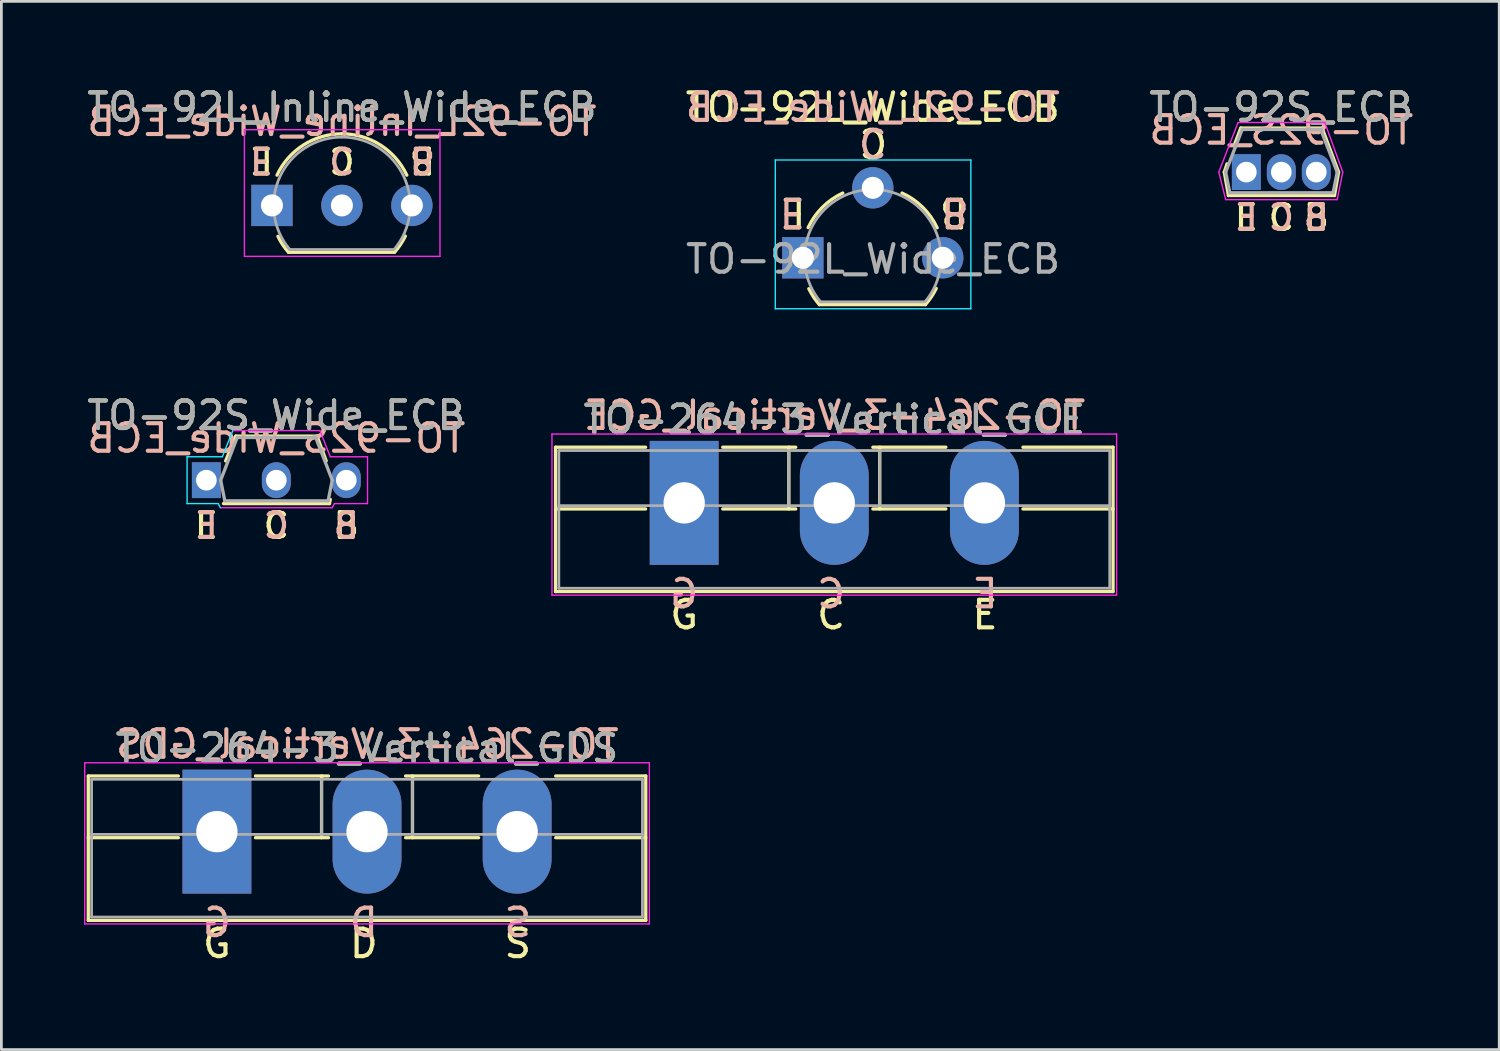
<source format=kicad_pcb>
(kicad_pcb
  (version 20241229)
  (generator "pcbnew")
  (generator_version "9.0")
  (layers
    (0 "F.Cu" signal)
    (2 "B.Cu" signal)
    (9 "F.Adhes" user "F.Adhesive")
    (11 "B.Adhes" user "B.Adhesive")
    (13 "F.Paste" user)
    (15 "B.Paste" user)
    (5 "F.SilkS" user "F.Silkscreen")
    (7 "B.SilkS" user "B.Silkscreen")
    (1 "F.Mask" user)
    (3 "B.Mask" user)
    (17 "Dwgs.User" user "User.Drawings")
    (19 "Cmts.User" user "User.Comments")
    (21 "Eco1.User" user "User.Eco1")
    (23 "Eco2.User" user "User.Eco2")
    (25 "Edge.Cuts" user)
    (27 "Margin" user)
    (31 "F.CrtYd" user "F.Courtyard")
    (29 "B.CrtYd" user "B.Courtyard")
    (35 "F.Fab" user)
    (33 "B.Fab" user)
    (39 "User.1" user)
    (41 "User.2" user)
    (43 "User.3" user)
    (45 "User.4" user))
  (footprint "TO-92S_Wide_ECB"
    (layer "F.Cu")
    (at 4.442 14.383)
    (property "Reference" "TO-92S_Wide_ECB" (at 2.54 -2.35 0) (layer "F.SilkS") (effects (font (size 1 1) (thickness 0.15))))
    (fp_line (start 0.62 0.85) (end 4.47 0.85) (stroke (width 0.12) (type solid)) (layer "F.SilkS"))
    (fp_line (start 1.07 -1.6) (end 0.7 -0.7) (stroke (width 0.12) (type solid)) (layer "F.SilkS"))
    (fp_line (start 4.02 -1.6) (end 1.07 -1.6) (stroke (width 0.12) (type solid)) (layer "F.SilkS"))
    (fp_line (start 4.35 -0.7) (end 4.02 -1.6) (stroke (width 0.12) (type solid)) (layer "F.SilkS"))
    (fp_line (start 4.47 0.85) (end 4.5 0.7) (stroke (width 0.12) (type solid)) (layer "F.SilkS"))
    (fp_line (start -0.7 -0.85) (end -0.7 0.85) (stroke (width 0.05) (type solid)) (layer "B.CrtYd"))
    (fp_line (start -0.7 0.85) (end 0.43 0.85) (stroke (width 0.05) (type solid)) (layer "B.CrtYd"))
    (fp_line (start 0.51 1) (end 0.43 0.85) (stroke (width 0.05) (type solid)) (layer "B.CrtYd"))
    (fp_line (start 0.58 -0.85) (end -0.7 -0.85) (stroke (width 0.05) (type solid)) (layer "B.CrtYd"))
    (fp_line (start 0.58 -0.85) (end 0.96 -1.8) (stroke (width 0.05) (type solid)) (layer "B.CrtYd"))
    (fp_line (start 0.52 1) (end 4.57 1) (stroke (width 0.05) (type solid)) (layer "F.CrtYd"))
    (fp_line (start 4.12 -1.8) (end 0.97 -1.8) (stroke (width 0.05) (type solid)) (layer "F.CrtYd"))
    (fp_line (start 4.5 -0.85) (end 4.12 -1.8) (stroke (width 0.05) (type solid)) (layer "F.CrtYd"))
    (fp_line (start 4.5 -0.85) (end 5.85 -0.85) (stroke (width 0.05) (type solid)) (layer "F.CrtYd"))
    (fp_line (start 4.57 1) (end 4.65 0.85) (stroke (width 0.05) (type solid)) (layer "F.CrtYd"))
    (fp_line (start 5.85 -0.85) (end 5.85 0.85) (stroke (width 0.05) (type solid)) (layer "F.CrtYd"))
    (fp_line (start 5.85 0.85) (end 4.65 0.85) (stroke (width 0.05) (type solid)) (layer "F.CrtYd"))
    (fp_line (start 0.52 0) (end 1.12 -1.55) (stroke (width 0.12) (type solid)) (layer "F.Fab"))
    (fp_line (start 0.67 0.75) (end 0.52 0) (stroke (width 0.12) (type solid)) (layer "F.Fab"))
    (fp_line (start 0.67 0.75) (end 4.42 0.75) (stroke (width 0.12) (type solid)) (layer "F.Fab"))
    (fp_line (start 1.12 -1.55) (end 3.97 -1.55) (stroke (width 0.12) (type solid)) (layer "F.Fab"))
    (fp_line (start 4.42 0.75) (end 4.57 0) (stroke (width 0.12) (type solid)) (layer "F.Fab"))
    (fp_line (start 4.57 0) (end 3.97 -1.55) (stroke (width 0.12) (type solid)) (layer "F.Fab"))
    (fp_text user "C" (at 2.54 1.651 0) (unlocked yes) (layer "F.SilkS") (effects (font (size 0.9 0.9) (thickness 0.15))))
    (fp_text user "E" (at 0 1.651 0) (unlocked yes) (layer "F.SilkS") (effects (font (size 0.9 0.9) (thickness 0.15))))
    (fp_text user "B" (at 5.08 1.651 0) (unlocked yes) (layer "F.SilkS") (effects (font (size 0.9 0.9) (thickness 0.15))))
    (fp_text user "C" (at 2.54 1.651 0) (unlocked yes) (layer "B.SilkS") (effects (font (size 0.9 0.9) (thickness 0.15)) (justify mirror)))
    (fp_text user "B" (at 5.08 1.651 0) (unlocked yes) (layer "B.SilkS") (effects (font (size 0.9 0.9) (thickness 0.15)) (justify mirror)))
    (fp_text user "E" (at 0 1.651 0) (unlocked yes) (layer "B.SilkS") (effects (font (size 0.9 0.9) (thickness 0.15)) (justify mirror)))
    (fp_text user "${REFERENCE}" (at 2.54 -1.524 0) (layer "B.SilkS") (effects (font (size 1 1) (thickness 0.15)) (justify mirror)))
    (fp_text user "${REFERENCE}" (at 2.54 -2.35 0) (layer "F.Fab") (effects (font (size 1 1) (thickness 0.15))))
    (pad "1" thru_hole rect (at 0 0 180) (size 1.05 1.3) (drill 0.75) (layers "*.Cu" "*.Mask"))
    (pad "2" thru_hole oval (at 2.54 0 180) (size 1.05 1.3) (drill 0.75) (layers "*.Cu" "*.Mask"))
    (pad "3" thru_hole oval (at 5.08 0 180) (size 1.05 1.3) (drill 0.75) (layers "*.Cu" "*.Mask")))
  (footprint "TO-264-3_Vertical_GCE"
    (layer "F.Cu")
    (at 21.789 15.207)
    (property "Reference" "TO-264-3_Vertical_GCE" (at 5.45 -3.02 0) (layer "F.SilkS") (effects (font (size 1 1) (thickness 0.15))))
    (fp_line (start -4.67 -2.021) (end -4.67 3.22) (stroke (width 0.12) (type solid)) (layer "F.SilkS"))
    (fp_line (start -4.67 -2.021) (end -1.4 -2.021) (stroke (width 0.12) (type solid)) (layer "F.SilkS"))
    (fp_line (start -4.67 0.22) (end -1.4 0.22) (stroke (width 0.12) (type solid)) (layer "F.SilkS"))
    (fp_line (start -4.67 3.22) (end 15.57 3.22) (stroke (width 0.12) (type solid)) (layer "F.SilkS"))
    (fp_line (start 1.4 -2.021) (end 4.051 -2.021) (stroke (width 0.12) (type solid)) (layer "F.SilkS"))
    (fp_line (start 1.4 0.22) (end 4.051 0.22) (stroke (width 0.12) (type solid)) (layer "F.SilkS"))
    (fp_line (start 3.8 -2.021) (end 3.8 0.22) (stroke (width 0.12) (type solid)) (layer "F.SilkS"))
    (fp_line (start 6.85 -2.021) (end 9.5 -2.021) (stroke (width 0.12) (type solid)) (layer "F.SilkS"))
    (fp_line (start 6.85 0.22) (end 9.5 0.22) (stroke (width 0.12) (type solid)) (layer "F.SilkS"))
    (fp_line (start 7.1 -2.021) (end 7.1 0.22) (stroke (width 0.12) (type solid)) (layer "F.SilkS"))
    (fp_line (start 12.3 -2.021) (end 15.57 -2.021) (stroke (width 0.12) (type solid)) (layer "F.SilkS"))
    (fp_line (start 12.3 0.22) (end 15.57 0.22) (stroke (width 0.12) (type solid)) (layer "F.SilkS"))
    (fp_line (start 15.57 -2.021) (end 15.57 3.22) (stroke (width 0.12) (type solid)) (layer "F.SilkS"))
    (fp_line (start -4.8 -2.5) (end -4.8 3.35) (stroke (width 0.05) (type solid)) (layer "F.CrtYd"))
    (fp_line (start -4.8 3.35) (end 15.7 3.35) (stroke (width 0.05) (type solid)) (layer "F.CrtYd"))
    (fp_line (start 15.7 -2.5) (end -4.8 -2.5) (stroke (width 0.05) (type solid)) (layer "F.CrtYd"))
    (fp_line (start 15.7 3.35) (end 15.7 -2.5) (stroke (width 0.05) (type solid)) (layer "F.CrtYd"))
    (fp_line (start -4.55 -1.9) (end -4.55 3.1) (stroke (width 0.1) (type solid)) (layer "F.Fab"))
    (fp_line (start -4.55 0.1) (end 15.45 0.1) (stroke (width 0.1) (type solid)) (layer "F.Fab"))
    (fp_line (start -4.55 3.1) (end 15.45 3.1) (stroke (width 0.1) (type solid)) (layer "F.Fab"))
    (fp_line (start 3.8 -1.9) (end 3.8 0.1) (stroke (width 0.1) (type solid)) (layer "F.Fab"))
    (fp_line (start 7.1 -1.9) (end 7.1 0.1) (stroke (width 0.1) (type solid)) (layer "F.Fab"))
    (fp_line (start 15.45 -1.9) (end -4.55 -1.9) (stroke (width 0.1) (type solid)) (layer "F.Fab"))
    (fp_line (start 15.45 3.1) (end 15.45 -1.9) (stroke (width 0.1) (type solid)) (layer "F.Fab"))
    (fp_text user "E" (at 10.922 4.064 0) (unlocked yes) (layer "F.SilkS") (effects (font (size 1 1) (thickness 0.15))))
    (fp_text user "G" (at 0 4.064 0) (unlocked yes) (layer "F.SilkS") (effects (font (size 1 1) (thickness 0.15))))
    (fp_text user "C" (at 5.334 4.064 0) (unlocked yes) (layer "F.SilkS") (effects (font (size 1 1) (thickness 0.15))))
    (fp_text user "G" (at 0 3.302 0) (unlocked yes) (layer "B.SilkS") (effects (font (size 1 1) (thickness 0.15)) (justify mirror)))
    (fp_text user "${REFERENCE}" (at 5.461 -3.175 0) (layer "B.SilkS") (effects (font (size 1 1) (thickness 0.15)) (justify mirror)))
    (fp_text user "C" (at 5.334 3.302 0) (unlocked yes) (layer "B.SilkS") (effects (font (size 1 1) (thickness 0.15)) (justify mirror)))
    (fp_text user "E" (at 10.922 3.302 0) (unlocked yes) (layer "B.SilkS") (effects (font (size 1 1) (thickness 0.15)) (justify mirror)))
    (fp_text user "${REFERENCE}" (at 5.45 -3.02 0) (layer "F.Fab") (effects (font (size 1 1) (thickness 0.15))))
    (pad "1" thru_hole rect (at 0 0) (size 2.5 4.5) (drill 1.5) (layers "*.Cu" "*.Mask"))
    (pad "2" thru_hole oval (at 5.45 0) (size 2.5 4.5) (drill 1.5) (layers "*.Cu" "*.Mask"))
    (pad "3" thru_hole oval (at 10.9 0) (size 2.5 4.5) (drill 1.5) (layers "*.Cu" "*.Mask")))
  (footprint "TO-92S_ECB"
    (layer "F.Cu")
    (at 42.198 3.198)
    (property "Reference" "TO-92S_ECB" (at 1.27 -2.35 0) (layer "F.SilkS") (effects (font (size 1 1) (thickness 0.15))))
    (fp_line (start -0.8 0) (end -0.65 0.85) (stroke (width 0.12) (type solid)) (layer "F.SilkS"))
    (fp_line (start -0.7 -0.3) (end -0.8 0) (stroke (width 0.12) (type solid)) (layer "F.SilkS"))
    (fp_line (start -0.65 0.85) (end 3.2 0.85) (stroke (width 0.12) (type solid)) (layer "F.SilkS"))
    (fp_line (start -0.2 -1.6) (end -0.45 -0.95) (stroke (width 0.12) (type solid)) (layer "F.SilkS"))
    (fp_line (start 2.75 -1.6) (end -0.2 -1.6) (stroke (width 0.12) (type solid)) (layer "F.SilkS"))
    (fp_line (start 3.2 0.85) (end 3.35 0) (stroke (width 0.12) (type solid)) (layer "F.SilkS"))
    (fp_line (start 3.35 0) (end 2.75 -1.6) (stroke (width 0.12) (type solid)) (layer "F.SilkS"))
    (fp_line (start -1 0) (end -0.75 1) (stroke (width 0.05) (type solid)) (layer "F.CrtYd"))
    (fp_line (start -0.75 1) (end 3.3 1) (stroke (width 0.05) (type solid)) (layer "F.CrtYd"))
    (fp_line (start -0.3 -1.8) (end -1 0) (stroke (width 0.05) (type solid)) (layer "F.CrtYd"))
    (fp_line (start 2.85 -1.8) (end -0.3 -1.8) (stroke (width 0.05) (type solid)) (layer "F.CrtYd"))
    (fp_line (start 3.3 1) (end 3.5 0) (stroke (width 0.05) (type solid)) (layer "F.CrtYd"))
    (fp_line (start 3.5 0) (end 2.85 -1.8) (stroke (width 0.05) (type solid)) (layer "F.CrtYd"))
    (fp_line (start -0.75 0) (end -0.15 -1.55) (stroke (width 0.12) (type solid)) (layer "F.Fab"))
    (fp_line (start -0.6 0.75) (end -0.75 0) (stroke (width 0.12) (type solid)) (layer "F.Fab"))
    (fp_line (start -0.6 0.75) (end 3.15 0.75) (stroke (width 0.12) (type solid)) (layer "F.Fab"))
    (fp_line (start -0.15 -1.55) (end 2.7 -1.55) (stroke (width 0.12) (type solid)) (layer "F.Fab"))
    (fp_line (start 3.15 0.75) (end 3.3 0) (stroke (width 0.12) (type solid)) (layer "F.Fab"))
    (fp_line (start 3.3 0) (end 2.7 -1.55) (stroke (width 0.12) (type solid)) (layer "F.Fab"))
    (fp_text user "C" (at 1.27 1.651 0) (unlocked yes) (layer "F.SilkS") (effects (font (size 0.9 0.9) (thickness 0.15))))
    (fp_text user "E" (at 0 1.651 0) (unlocked yes) (layer "F.SilkS") (effects (font (size 0.9 0.9) (thickness 0.15))))
    (fp_text user "B" (at 2.54 1.651 0) (unlocked yes) (layer "F.SilkS") (effects (font (size 0.9 0.9) (thickness 0.15))))
    (fp_text user "B" (at 2.54 1.651 0) (unlocked yes) (layer "B.SilkS") (effects (font (size 0.9 0.9) (thickness 0.15)) (justify mirror)))
    (fp_text user "C" (at 1.27 1.651 0) (unlocked yes) (layer "B.SilkS") (effects (font (size 0.9 0.9) (thickness 0.15)) (justify mirror)))
    (fp_text user "E" (at 0 1.651 0) (unlocked yes) (layer "B.SilkS") (effects (font (size 0.9 0.9) (thickness 0.15)) (justify mirror)))
    (fp_text user "${REFERENCE}" (at 1.27 -1.524 0) (layer "B.SilkS") (effects (font (size 1 1) (thickness 0.15)) (justify mirror)))
    (fp_text user "${REFERENCE}" (at 1.27 -2.35 0) (layer "F.Fab") (effects (font (size 1 1) (thickness 0.15))))
    (pad "1" thru_hole rect (at 0 0 180) (size 1.05 1.3) (drill 0.75) (layers "*.Cu" "*.Mask"))
    (pad "2" thru_hole oval (at 1.27 0 180) (size 1.05 1.3) (drill 0.75) (layers "*.Cu" "*.Mask"))
    (pad "3" thru_hole oval (at 2.54 0 180) (size 1.05 1.3) (drill 0.75) (layers "*.Cu" "*.Mask")))
  (footprint "TO-92L_Wide_ECB"
    (layer "F.Cu")
    (at 26.097 6.309)
    (property "Reference" "TO-92L_Wide_ECB" (at 2.54 -5.461 0) (layer "F.SilkS") (effects (font (size 1 1) (thickness 0.15))))
    (fp_line (start 0.6 1.7) (end 4.45 1.7) (stroke (width 0.12) (type solid)) (layer "F.SilkS"))
    (fp_arc (start 0.192226 -1.094786) (mid 0.710119 -1.833613) (end 1.45 -2.35) (stroke (width 0.12) (type solid)) (layer "F.SilkS"))
    (fp_arc (start 0.6 1.7) (mid 0.389183 1.423933) (end 0.217369 1.122045) (stroke (width 0.12) (type solid)) (layer "F.SilkS"))
    (fp_arc (start 3.6 -2.35) (mid 4.351408 -1.834367) (end 4.876463 -1.089513) (stroke (width 0.12) (type solid)) (layer "F.SilkS"))
    (fp_arc (start 4.842383 1.112264) (mid 4.666594 1.419753) (end 4.45 1.7) (stroke (width 0.12) (type solid)) (layer "F.SilkS"))
    (fp_line (start -1 -3.55) (end -1 1.85) (stroke (width 0.05) (type solid)) (layer "B.CrtYd"))
    (fp_line (start -1 1.85) (end 6.1 1.85) (stroke (width 0.05) (type solid)) (layer "B.CrtYd"))
    (fp_line (start 6.1 -3.55) (end -1 -3.55) (stroke (width 0.05) (type solid)) (layer "B.CrtYd"))
    (fp_line (start 6.1 1.85) (end 6.1 -3.55) (stroke (width 0.05) (type solid)) (layer "B.CrtYd"))
    (fp_line (start 0.65 1.6) (end 4.4 1.6) (stroke (width 0.1) (type solid)) (layer "F.Fab"))
    (fp_arc (start 0.647182 1.602385) (mid 0.290076 -1.043188) (end 2.54 -2.48) (stroke (width 0.1) (type solid)) (layer "F.Fab"))
    (fp_arc (start 2.54 -2.48) (mid 4.787211 -1.049019) (end 4.441103 1.592547) (stroke (width 0.1) (type solid)) (layer "F.Fab"))
    (fp_text user "E" (at -0.362 -1.651 180) (unlocked yes) (layer "F.SilkS") (effects (font (size 1 1) (thickness 0.15))))
    (fp_text user "B" (at 5.48 -1.651 180) (unlocked yes) (layer "F.SilkS") (effects (font (size 1 1) (thickness 0.15))))
    (fp_text user "C" (at 2.559 -4.191 180) (unlocked yes) (layer "F.SilkS") (effects (font (size 1 1) (thickness 0.15))))
    (fp_text user "E" (at -0.381 -1.651 180) (unlocked yes) (layer "B.SilkS") (effects (font (size 1 1) (thickness 0.15)) (justify mirror)))
    (fp_text user "${REFERENCE}" (at 2.54 -5.461 0) (layer "B.SilkS") (effects (font (size 1 1) (thickness 0.15)) (justify mirror)))
    (fp_text user "B" (at 5.524 -1.651 180) (unlocked yes) (layer "B.SilkS") (effects (font (size 1 1) (thickness 0.15)) (justify mirror)))
    (fp_text user "C" (at 2.54 -4.191 180) (unlocked yes) (layer "B.SilkS") (effects (font (size 1 1) (thickness 0.15)) (justify mirror)))
    (fp_text user "${REFERENCE}" (at 2.55 0.05 0) (layer "F.Fab") (effects (font (size 1 1) (thickness 0.15))))
    (pad "1" thru_hole rect (at 0 0 90) (size 1.5 1.5) (drill 0.8) (layers "*.Cu" "*.Mask"))
    (pad "2" thru_hole circle (at 2.54 -2.54 90) (size 1.5 1.5) (drill 0.8) (layers "*.Cu" "*.Mask"))
    (pad "3" thru_hole circle (at 5.08 0 90) (size 1.5 1.5) (drill 0.8) (layers "*.Cu" "*.Mask")))
  (footprint "TO-92L_Inline_Wide_ECB"
    (layer "F.Cu")
    (at 6.823 4.408)
    (property "Reference" "TO-92L_Inline_Wide_ECB" (at 2.54 -3.56 0) (layer "F.SilkS") (effects (font (size 1 1) (thickness 0.15))))
    (fp_line (start 0.6 1.7) (end 4.45 1.7) (stroke (width 0.12) (type solid)) (layer "F.SilkS"))
    (fp_arc (start 0.1836 -1.098807) (mid 1.143021 -2.192817) (end 2.54 -2.6) (stroke (width 0.12) (type solid)) (layer "F.SilkS"))
    (fp_arc (start 0.6 1.7) (mid 0.389183 1.423933) (end 0.217369 1.122045) (stroke (width 0.12) (type solid)) (layer "F.SilkS"))
    (fp_arc (start 2.54 -2.6) (mid 3.936979 -2.192818) (end 4.8964 -1.098807) (stroke (width 0.12) (type solid)) (layer "F.SilkS"))
    (fp_arc (start 4.842383 1.112264) (mid 4.666594 1.419753) (end 4.45 1.7) (stroke (width 0.12) (type solid)) (layer "F.SilkS"))
    (fp_line (start -1 -2.75) (end -1 1.85) (stroke (width 0.05) (type solid)) (layer "F.CrtYd"))
    (fp_line (start -1 -2.75) (end 6.1 -2.75) (stroke (width 0.05) (type solid)) (layer "F.CrtYd"))
    (fp_line (start 6.1 1.85) (end -1 1.85) (stroke (width 0.05) (type solid)) (layer "F.CrtYd"))
    (fp_line (start 6.1 1.85) (end 6.1 -2.75) (stroke (width 0.05) (type solid)) (layer "F.CrtYd"))
    (fp_line (start 0.65 1.6) (end 4.4 1.6) (stroke (width 0.1) (type solid)) (layer "F.Fab"))
    (fp_arc (start 0.647182 1.602385) (mid 0.290076 -1.043188) (end 2.54 -2.48) (stroke (width 0.1) (type solid)) (layer "F.Fab"))
    (fp_arc (start 2.54 -2.48) (mid 4.787211 -1.049019) (end 4.441103 1.592547) (stroke (width 0.1) (type solid)) (layer "F.Fab"))
    (fp_text user "C" (at 2.54 -1.651 180) (unlocked yes) (layer "F.SilkS") (effects (font (size 0.9 0.9) (thickness 0.15))))
    (fp_text user "E" (at -0.381 -1.651 180) (unlocked yes) (layer "F.SilkS") (effects (font (size 0.9 0.9) (thickness 0.15))))
    (fp_text user "B" (at 5.461 -1.651 180) (unlocked yes) (layer "F.SilkS") (effects (font (size 0.9 0.9) (thickness 0.15))))
    (fp_text user "C" (at 2.54 -1.651 180) (unlocked yes) (layer "B.SilkS") (effects (font (size 0.9 0.9) (thickness 0.15)) (justify mirror)))
    (fp_text user "E" (at -0.381 -1.651 180) (unlocked yes) (layer "B.SilkS") (effects (font (size 0.9 0.9) (thickness 0.15)) (justify mirror)))
    (fp_text user "${REFERENCE}" (at 2.54 -3.048 0) (layer "B.SilkS") (effects (font (size 1 1) (thickness 0.15)) (justify mirror)))
    (fp_text user "B" (at 5.461 -1.651 180) (unlocked yes) (layer "B.SilkS") (effects (font (size 0.9 0.9) (thickness 0.15)) (justify mirror)))
    (fp_text user "${REFERENCE}" (at 2.54 -3.56 0) (layer "F.Fab") (effects (font (size 1 1) (thickness 0.15))))
    (pad "1" thru_hole rect (at 0 0 90) (size 1.5 1.5) (drill 0.8) (layers "*.Cu" "*.Mask"))
    (pad "2" thru_hole circle (at 2.54 0 90) (size 1.5 1.5) (drill 0.8) (layers "*.Cu" "*.Mask"))
    (pad "3" thru_hole circle (at 5.08 0 90) (size 1.5 1.5) (drill 0.8) (layers "*.Cu" "*.Mask")))
  (footprint "TO-264-3_Vertical_GDS"
    (layer "F.Cu")
    (at 4.825 27.143)
    (property "Reference" "TO-264-3_Vertical_GDS" (at 5.45 -3.02 0) (layer "F.SilkS") (effects (font (size 1 1) (thickness 0.15))))
    (fp_line (start -4.67 -2.021) (end -4.67 3.22) (stroke (width 0.12) (type solid)) (layer "F.SilkS"))
    (fp_line (start -4.67 -2.021) (end -1.4 -2.021) (stroke (width 0.12) (type solid)) (layer "F.SilkS"))
    (fp_line (start -4.67 0.22) (end -1.4 0.22) (stroke (width 0.12) (type solid)) (layer "F.SilkS"))
    (fp_line (start -4.67 3.22) (end 15.57 3.22) (stroke (width 0.12) (type solid)) (layer "F.SilkS"))
    (fp_line (start 1.4 -2.021) (end 4.051 -2.021) (stroke (width 0.12) (type solid)) (layer "F.SilkS"))
    (fp_line (start 1.4 0.22) (end 4.051 0.22) (stroke (width 0.12) (type solid)) (layer "F.SilkS"))
    (fp_line (start 3.8 -2.021) (end 3.8 0.22) (stroke (width 0.12) (type solid)) (layer "F.SilkS"))
    (fp_line (start 6.85 -2.021) (end 9.5 -2.021) (stroke (width 0.12) (type solid)) (layer "F.SilkS"))
    (fp_line (start 6.85 0.22) (end 9.5 0.22) (stroke (width 0.12) (type solid)) (layer "F.SilkS"))
    (fp_line (start 7.1 -2.021) (end 7.1 0.22) (stroke (width 0.12) (type solid)) (layer "F.SilkS"))
    (fp_line (start 12.3 -2.021) (end 15.57 -2.021) (stroke (width 0.12) (type solid)) (layer "F.SilkS"))
    (fp_line (start 12.3 0.22) (end 15.57 0.22) (stroke (width 0.12) (type solid)) (layer "F.SilkS"))
    (fp_line (start 15.57 -2.021) (end 15.57 3.22) (stroke (width 0.12) (type solid)) (layer "F.SilkS"))
    (fp_line (start -4.8 -2.5) (end -4.8 3.35) (stroke (width 0.05) (type solid)) (layer "F.CrtYd"))
    (fp_line (start -4.8 3.35) (end 15.7 3.35) (stroke (width 0.05) (type solid)) (layer "F.CrtYd"))
    (fp_line (start 15.7 -2.5) (end -4.8 -2.5) (stroke (width 0.05) (type solid)) (layer "F.CrtYd"))
    (fp_line (start 15.7 3.35) (end 15.7 -2.5) (stroke (width 0.05) (type solid)) (layer "F.CrtYd"))
    (fp_line (start -4.55 -1.9) (end -4.55 3.1) (stroke (width 0.1) (type solid)) (layer "F.Fab"))
    (fp_line (start -4.55 0.1) (end 15.45 0.1) (stroke (width 0.1) (type solid)) (layer "F.Fab"))
    (fp_line (start -4.55 3.1) (end 15.45 3.1) (stroke (width 0.1) (type solid)) (layer "F.Fab"))
    (fp_line (start 3.8 -1.9) (end 3.8 0.1) (stroke (width 0.1) (type solid)) (layer "F.Fab"))
    (fp_line (start 7.1 -1.9) (end 7.1 0.1) (stroke (width 0.1) (type solid)) (layer "F.Fab"))
    (fp_line (start 15.45 -1.9) (end -4.55 -1.9) (stroke (width 0.1) (type solid)) (layer "F.Fab"))
    (fp_line (start 15.45 3.1) (end 15.45 -1.9) (stroke (width 0.1) (type solid)) (layer "F.Fab"))
    (fp_text user "S" (at 10.922 4.064 0) (unlocked yes) (layer "F.SilkS") (effects (font (size 1 1) (thickness 0.15))))
    (fp_text user "G" (at 0 4.064 0) (unlocked yes) (layer "F.SilkS") (effects (font (size 1 1) (thickness 0.15))))
    (fp_text user "D" (at 5.334 4.064 0) (unlocked yes) (layer "F.SilkS") (effects (font (size 1 1) (thickness 0.15))))
    (fp_text user "G" (at 0 3.302 0) (unlocked yes) (layer "B.SilkS") (effects (font (size 1 1) (thickness 0.15)) (justify mirror)))
    (fp_text user "${REFERENCE}" (at 5.461 -3.175 0) (layer "B.SilkS") (effects (font (size 1 1) (thickness 0.15)) (justify mirror)))
    (fp_text user "D" (at 5.334 3.302 0) (unlocked yes) (layer "B.SilkS") (effects (font (size 1 1) (thickness 0.15)) (justify mirror)))
    (fp_text user "S" (at 10.922 3.302 0) (unlocked yes) (layer "B.SilkS") (effects (font (size 1 1) (thickness 0.15)) (justify mirror)))
    (fp_text user "${REFERENCE}" (at 5.45 -3.02 0) (layer "F.Fab") (effects (font (size 1 1) (thickness 0.15))))
    (pad "1" thru_hole rect (at 0 0) (size 2.5 4.5) (drill 1.5) (layers "*.Cu" "*.Mask"))
    (pad "2" thru_hole oval (at 5.45 0) (size 2.5 4.5) (drill 1.5) (layers "*.Cu" "*.Mask"))
    (pad "3" thru_hole oval (at 10.9 0) (size 2.5 4.5) (drill 1.5) (layers "*.Cu" "*.Mask")))
  (gr_rect
    (start -3 -3)
    (end 51.379 35.055)
    (stroke (width 0.1) (type default))
    (fill no)
    (layer "Edge.Cuts")))
</source>
